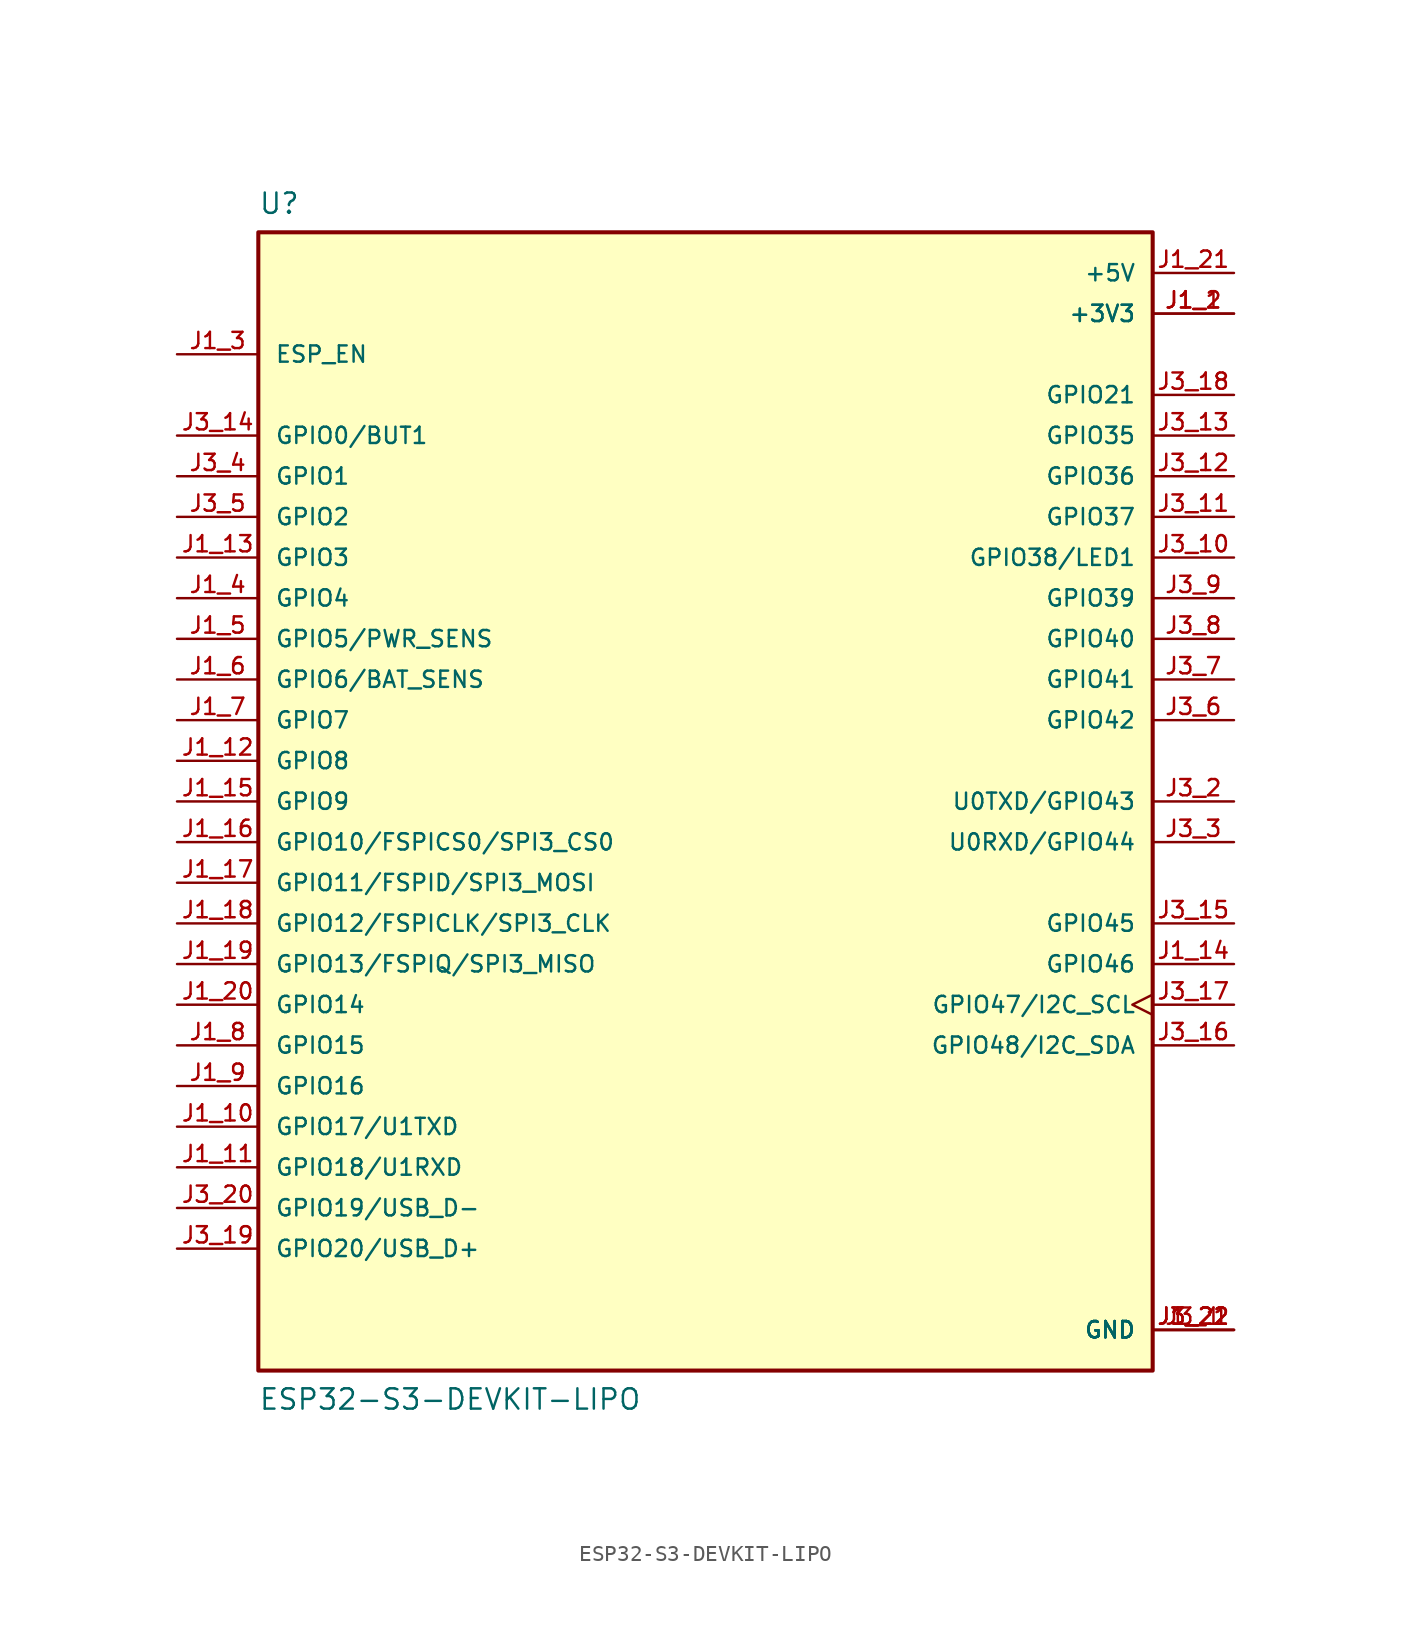
<source format=kicad_sym>
(kicad_symbol_lib
  (version 20211014)
  (generator kicad_symbol_editor)
  (symbol "ESP32-S3-DEVKIT-LIPO"
    (pin_names
      (offset 1.016))
    (property "Reference" "U"
      (at -27.94 38.1 0)
      (effects (font (size 1.27 1.27)) (justify top left)))
    (property "Value" "ESP32-S3-DEVKIT-LIPO"
      (at -27.94 -38.1 0)
      (effects (font (size 1.27 1.27)) (justify bottom left)))
    (symbol "ESP32-S3-DEVKIT-LIPO_0_0"
      (rectangle (start -27.94 -35.56) (end 27.94 35.56) (stroke (width 0.254)) (fill (type background)))
      (pin power_in line (at 33.02 30.48 180.0) (length 5.08) (name "+3V3" (effects (font (size 1.016 1.016)))) (number "J1_1" (effects (font (size 1.016 1.016)))))
      (pin power_in line (at 33.02 30.48 180.0) (length 5.08) (name "+3V3" (effects (font (size 1.016 1.016)))) (number "J1_2" (effects (font (size 1.016 1.016)))))
      (pin input line (at -33.02 27.94 0) (length 5.08) (name "ESP_EN" (effects (font (size 1.016 1.016)))) (number "J1_3" (effects (font (size 1.016 1.016)))))
      (pin bidirectional line (at -33.02 20.32 0) (length 5.08) (name "GPIO1" (effects (font (size 1.016 1.016)))) (number "J3_4" (effects (font (size 1.016 1.016)))))
      (pin bidirectional line (at -33.02 17.78 0) (length 5.08) (name "GPIO2" (effects (font (size 1.016 1.016)))) (number "J3_5" (effects (font (size 1.016 1.016)))))
      (pin bidirectional line (at -33.02 12.7 0) (length 5.08) (name "GPIO4" (effects (font (size 1.016 1.016)))) (number "J1_4" (effects (font (size 1.016 1.016)))))
      (pin bidirectional line (at -33.02 15.24 0) (length 5.08) (name "GPIO3" (effects (font (size 1.016 1.016)))) (number "J1_13" (effects (font (size 1.016 1.016)))))
      (pin bidirectional line (at -33.02 10.16 0) (length 5.08) (name "GPIO5/PWR_SENS" (effects (font (size 1.016 1.016)))) (number "J1_5" (effects (font (size 1.016 1.016)))))
      (pin bidirectional line (at -33.02 7.62 0) (length 5.08) (name "GPIO6/BAT_SENS" (effects (font (size 1.016 1.016)))) (number "J1_6" (effects (font (size 1.016 1.016)))))
      (pin bidirectional line (at -33.02 5.08 0) (length 5.08) (name "GPIO7" (effects (font (size 1.016 1.016)))) (number "J1_7" (effects (font (size 1.016 1.016)))))
      (pin bidirectional line (at -33.02 2.54 0) (length 5.08) (name "GPIO8" (effects (font (size 1.016 1.016)))) (number "J1_12" (effects (font (size 1.016 1.016)))))
      (pin bidirectional line (at -33.02 0.0 0) (length 5.08) (name "GPIO9" (effects (font (size 1.016 1.016)))) (number "J1_15" (effects (font (size 1.016 1.016)))))
      (pin bidirectional line (at -33.02 -2.54 0) (length 5.08) (name "GPIO10/FSPICS0/SPI3_CS0" (effects (font (size 1.016 1.016)))) (number "J1_16" (effects (font (size 1.016 1.016)))))
      (pin bidirectional line (at -33.02 -5.08 0) (length 5.08) (name "GPIO11/FSPID/SPI3_MOSI" (effects (font (size 1.016 1.016)))) (number "J1_17" (effects (font (size 1.016 1.016)))))
      (pin bidirectional line (at -33.02 -7.62 0) (length 5.08) (name "GPIO12/FSPICLK/SPI3_CLK" (effects (font (size 1.016 1.016)))) (number "J1_18" (effects (font (size 1.016 1.016)))))
      (pin bidirectional line (at -33.02 -10.16 0) (length 5.08) (name "GPIO13/FSPIQ/SPI3_MISO" (effects (font (size 1.016 1.016)))) (number "J1_19" (effects (font (size 1.016 1.016)))))
      (pin bidirectional line (at -33.02 -12.7 0) (length 5.08) (name "GPIO14" (effects (font (size 1.016 1.016)))) (number "J1_20" (effects (font (size 1.016 1.016)))))
      (pin bidirectional line (at -33.02 -15.24 0) (length 5.08) (name "GPIO15" (effects (font (size 1.016 1.016)))) (number "J1_8" (effects (font (size 1.016 1.016)))))
      (pin bidirectional line (at -33.02 -17.78 0) (length 5.08) (name "GPIO16" (effects (font (size 1.016 1.016)))) (number "J1_9" (effects (font (size 1.016 1.016)))))
      (pin bidirectional line (at -33.02 -20.32 0) (length 5.08) (name "GPIO17/U1TXD" (effects (font (size 1.016 1.016)))) (number "J1_10" (effects (font (size 1.016 1.016)))))
      (pin bidirectional line (at -33.02 -22.86 0) (length 5.08) (name "GPIO18/U1RXD" (effects (font (size 1.016 1.016)))) (number "J1_11" (effects (font (size 1.016 1.016)))))
      (pin bidirectional line (at -33.02 22.86 0) (length 5.08) (name "GPIO0/BUT1" (effects (font (size 1.016 1.016)))) (number "J3_14" (effects (font (size 1.016 1.016)))))
      (pin power_in line (at 33.02 -33.02 180.0) (length 5.08) (name "GND" (effects (font (size 1.016 1.016)))) (number "J1_22" (effects (font (size 1.016 1.016)))))
      (pin power_in line (at 33.02 -33.02 180.0) (length 5.08) (name "GND" (effects (font (size 1.016 1.016)))) (number "J3_1" (effects (font (size 1.016 1.016)))))
      (pin power_in line (at 33.02 -33.02 180.0) (length 5.08) (name "GND" (effects (font (size 1.016 1.016)))) (number "J3_21" (effects (font (size 1.016 1.016)))))
      (pin power_in line (at 33.02 -33.02 180.0) (length 5.08) (name "GND" (effects (font (size 1.016 1.016)))) (number "J3_22" (effects (font (size 1.016 1.016)))))
      (pin power_in line (at 33.02 33.02 180.0) (length 5.08) (name "+5V" (effects (font (size 1.016 1.016)))) (number "J1_21" (effects (font (size 1.016 1.016)))))
      (pin bidirectional line (at 33.02 -15.24 180.0) (length 5.08) (name "GPIO48/I2C_SDA" (effects (font (size 1.016 1.016)))) (number "J3_16" (effects (font (size 1.016 1.016)))))
      (pin bidirectional clock (at 33.02 -12.7 180.0) (length 5.08) (name "GPIO47/I2C_SCL" (effects (font (size 1.016 1.016)))) (number "J3_17" (effects (font (size 1.016 1.016)))))
      (pin bidirectional line (at 33.02 -10.16 180.0) (length 5.08) (name "GPIO46" (effects (font (size 1.016 1.016)))) (number "J1_14" (effects (font (size 1.016 1.016)))))
      (pin bidirectional line (at 33.02 -7.62 180.0) (length 5.08) (name "GPIO45" (effects (font (size 1.016 1.016)))) (number "J3_15" (effects (font (size 1.016 1.016)))))
      (pin bidirectional line (at 33.02 25.4 180.0) (length 5.08) (name "GPIO21" (effects (font (size 1.016 1.016)))) (number "J3_18" (effects (font (size 1.016 1.016)))))
      (pin bidirectional line (at -33.02 -27.94 0) (length 5.08) (name "GPIO20/USB_D+" (effects (font (size 1.016 1.016)))) (number "J3_19" (effects (font (size 1.016 1.016)))))
      (pin bidirectional line (at -33.02 -25.4 0) (length 5.08) (name "GPIO19/USB_D-" (effects (font (size 1.016 1.016)))) (number "J3_20" (effects (font (size 1.016 1.016)))))
      (pin bidirectional line (at 33.02 -2.54 180.0) (length 5.08) (name "U0RXD/GPIO44" (effects (font (size 1.016 1.016)))) (number "J3_3" (effects (font (size 1.016 1.016)))))
      (pin bidirectional line (at 33.02 0.0 180.0) (length 5.08) (name "U0TXD/GPIO43" (effects (font (size 1.016 1.016)))) (number "J3_2" (effects (font (size 1.016 1.016)))))
      (pin bidirectional line (at 33.02 5.08 180.0) (length 5.08) (name "GPIO42" (effects (font (size 1.016 1.016)))) (number "J3_6" (effects (font (size 1.016 1.016)))))
      (pin bidirectional line (at 33.02 7.62 180.0) (length 5.08) (name "GPIO41" (effects (font (size 1.016 1.016)))) (number "J3_7" (effects (font (size 1.016 1.016)))))
      (pin bidirectional line (at 33.02 10.16 180.0) (length 5.08) (name "GPIO40" (effects (font (size 1.016 1.016)))) (number "J3_8" (effects (font (size 1.016 1.016)))))
      (pin bidirectional line (at 33.02 12.7 180.0) (length 5.08) (name "GPIO39" (effects (font (size 1.016 1.016)))) (number "J3_9" (effects (font (size 1.016 1.016)))))
      (pin bidirectional line (at 33.02 15.24 180.0) (length 5.08) (name "GPIO38/LED1" (effects (font (size 1.016 1.016)))) (number "J3_10" (effects (font (size 1.016 1.016)))))
      (pin bidirectional line (at 33.02 17.78 180.0) (length 5.08) (name "GPIO37" (effects (font (size 1.016 1.016)))) (number "J3_11" (effects (font (size 1.016 1.016)))))
      (pin bidirectional line (at 33.02 20.32 180.0) (length 5.08) (name "GPIO36" (effects (font (size 1.016 1.016)))) (number "J3_12" (effects (font (size 1.016 1.016)))))
      (pin bidirectional line (at 33.02 22.86 180.0) (length 5.08) (name "GPIO35" (effects (font (size 1.016 1.016)))) (number "J3_13" (effects (font (size 1.016 1.016))))))))
</source>
